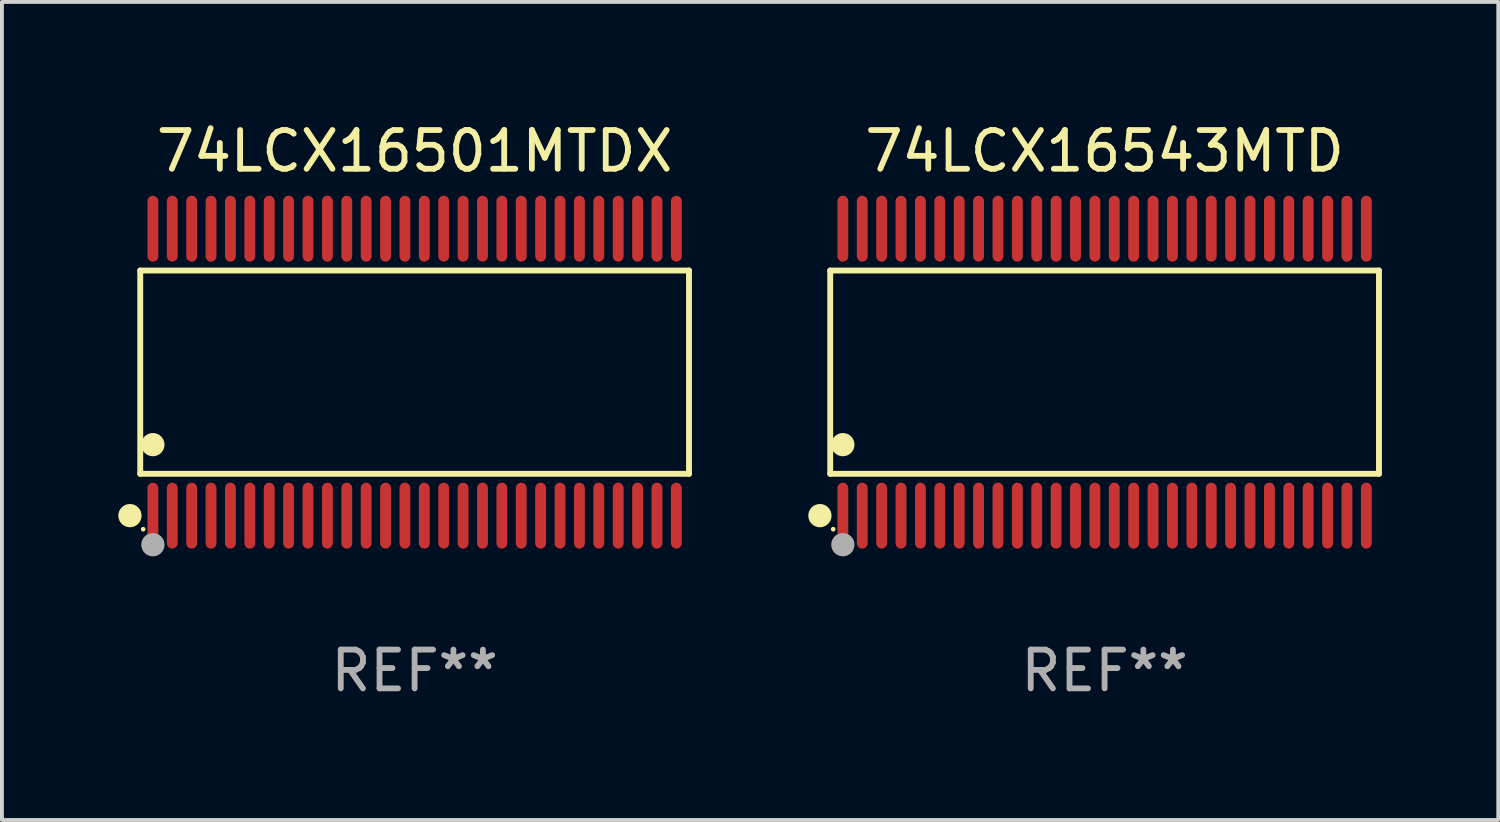
<source format=kicad_pcb>
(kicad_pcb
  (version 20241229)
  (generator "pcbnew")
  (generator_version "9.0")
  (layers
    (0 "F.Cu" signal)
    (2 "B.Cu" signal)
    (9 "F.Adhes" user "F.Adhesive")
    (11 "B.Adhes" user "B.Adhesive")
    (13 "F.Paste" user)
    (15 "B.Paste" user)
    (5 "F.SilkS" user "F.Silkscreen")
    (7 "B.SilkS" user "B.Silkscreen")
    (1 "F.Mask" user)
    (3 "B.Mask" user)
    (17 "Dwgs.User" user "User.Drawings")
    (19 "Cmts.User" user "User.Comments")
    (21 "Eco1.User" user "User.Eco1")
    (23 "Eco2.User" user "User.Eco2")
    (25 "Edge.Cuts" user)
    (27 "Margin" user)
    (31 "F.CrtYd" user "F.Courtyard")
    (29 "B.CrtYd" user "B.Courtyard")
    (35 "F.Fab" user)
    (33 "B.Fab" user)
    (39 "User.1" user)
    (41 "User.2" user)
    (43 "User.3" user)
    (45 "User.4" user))
  (footprint "74LCX16543MTD"
    (layer "F.Cu")
    (at 25.437 6.548)
    (property "Reference" "74LCX16543MTD" (at 0 -5.7 0) (layer "F.SilkS") (effects (font (size 1 1) (thickness 0.15))))
    (attr through_hole)
    (fp_line (start -7.076 -2.621) (end 7.076 -2.621) (stroke (width 0.152) (type solid)) (layer "F.SilkS"))
    (fp_line (start -7.076 2.621) (end -7.076 -2.621) (stroke (width 0.152) (type solid)) (layer "F.SilkS"))
    (fp_line (start 7.076 -2.621) (end 7.076 2.621) (stroke (width 0.152) (type solid)) (layer "F.SilkS"))
    (fp_line (start 7.076 2.621) (end -7.076 2.621) (stroke (width 0.152) (type solid)) (layer "F.SilkS"))
    (fp_circle (center -7.342 3.7) (end -7.192 3.7) (stroke (width 0.3) (type solid)) (fill no) (layer "F.SilkS"))
    (fp_circle (center -7 4.05) (end -6.97 4.05) (stroke (width 0.06) (type solid)) (fill no) (layer "F.SilkS"))
    (fp_circle (center -6.75 1.869) (end -6.6 1.869) (stroke (width 0.3) (type solid)) (fill no) (layer "F.SilkS"))
    (fp_circle (center -6.75 4.45) (end -6.6 4.45) (stroke (width 0.3) (type solid)) (fill no) (layer "F.Fab"))
    (fp_text user "REF**" (at 0 7.7 0) (layer "F.Fab") (effects (font (size 1 1) (thickness 0.15))))
    (pad "1" smd oval (at -6.75 3.7) (size 0.28 1.7) (layers "F.Cu" "F.Mask" "F.Paste"))
    (pad "2" smd oval (at -6.25 3.7) (size 0.28 1.7) (layers "F.Cu" "F.Mask" "F.Paste"))
    (pad "3" smd oval (at -5.75 3.7) (size 0.28 1.7) (layers "F.Cu" "F.Mask" "F.Paste"))
    (pad "4" smd oval (at -5.25 3.7) (size 0.28 1.7) (layers "F.Cu" "F.Mask" "F.Paste"))
    (pad "5" smd oval (at -4.75 3.7) (size 0.28 1.7) (layers "F.Cu" "F.Mask" "F.Paste"))
    (pad "6" smd oval (at -4.25 3.7) (size 0.28 1.7) (layers "F.Cu" "F.Mask" "F.Paste"))
    (pad "7" smd oval (at -3.75 3.7) (size 0.28 1.7) (layers "F.Cu" "F.Mask" "F.Paste"))
    (pad "8" smd oval (at -3.25 3.7) (size 0.28 1.7) (layers "F.Cu" "F.Mask" "F.Paste"))
    (pad "9" smd oval (at -2.75 3.7) (size 0.28 1.7) (layers "F.Cu" "F.Mask" "F.Paste"))
    (pad "10" smd oval (at -2.25 3.7) (size 0.28 1.7) (layers "F.Cu" "F.Mask" "F.Paste"))
    (pad "11" smd oval (at -1.75 3.7) (size 0.28 1.7) (layers "F.Cu" "F.Mask" "F.Paste"))
    (pad "12" smd oval (at -1.25 3.7) (size 0.28 1.7) (layers "F.Cu" "F.Mask" "F.Paste"))
    (pad "13" smd oval (at -0.75 3.7) (size 0.28 1.7) (layers "F.Cu" "F.Mask" "F.Paste"))
    (pad "14" smd oval (at -0.25 3.7) (size 0.28 1.7) (layers "F.Cu" "F.Mask" "F.Paste"))
    (pad "15" smd oval (at 0.25 3.7) (size 0.28 1.7) (layers "F.Cu" "F.Mask" "F.Paste"))
    (pad "16" smd oval (at 0.75 3.7) (size 0.28 1.7) (layers "F.Cu" "F.Mask" "F.Paste"))
    (pad "17" smd oval (at 1.25 3.7) (size 0.28 1.7) (layers "F.Cu" "F.Mask" "F.Paste"))
    (pad "18" smd oval (at 1.75 3.7) (size 0.28 1.7) (layers "F.Cu" "F.Mask" "F.Paste"))
    (pad "19" smd oval (at 2.25 3.7) (size 0.28 1.7) (layers "F.Cu" "F.Mask" "F.Paste"))
    (pad "20" smd oval (at 2.75 3.7) (size 0.28 1.7) (layers "F.Cu" "F.Mask" "F.Paste"))
    (pad "21" smd oval (at 3.25 3.7) (size 0.28 1.7) (layers "F.Cu" "F.Mask" "F.Paste"))
    (pad "22" smd oval (at 3.75 3.7) (size 0.28 1.7) (layers "F.Cu" "F.Mask" "F.Paste"))
    (pad "23" smd oval (at 4.25 3.7) (size 0.28 1.7) (layers "F.Cu" "F.Mask" "F.Paste"))
    (pad "24" smd oval (at 4.75 3.7) (size 0.28 1.7) (layers "F.Cu" "F.Mask" "F.Paste"))
    (pad "25" smd oval (at 5.25 3.7) (size 0.28 1.7) (layers "F.Cu" "F.Mask" "F.Paste"))
    (pad "26" smd oval (at 5.75 3.7) (size 0.28 1.7) (layers "F.Cu" "F.Mask" "F.Paste"))
    (pad "27" smd oval (at 6.25 3.7) (size 0.28 1.7) (layers "F.Cu" "F.Mask" "F.Paste"))
    (pad "28" smd oval (at 6.75 3.7) (size 0.28 1.7) (layers "F.Cu" "F.Mask" "F.Paste"))
    (pad "29" smd oval (at 6.75 -3.7) (size 0.28 1.7) (layers "F.Cu" "F.Mask" "F.Paste"))
    (pad "30" smd oval (at 6.25 -3.7) (size 0.28 1.7) (layers "F.Cu" "F.Mask" "F.Paste"))
    (pad "31" smd oval (at 5.75 -3.7) (size 0.28 1.7) (layers "F.Cu" "F.Mask" "F.Paste"))
    (pad "32" smd oval (at 5.25 -3.7) (size 0.28 1.7) (layers "F.Cu" "F.Mask" "F.Paste"))
    (pad "33" smd oval (at 4.75 -3.7) (size 0.28 1.7) (layers "F.Cu" "F.Mask" "F.Paste"))
    (pad "34" smd oval (at 4.25 -3.7) (size 0.28 1.7) (layers "F.Cu" "F.Mask" "F.Paste"))
    (pad "35" smd oval (at 3.75 -3.7) (size 0.28 1.7) (layers "F.Cu" "F.Mask" "F.Paste"))
    (pad "36" smd oval (at 3.25 -3.7) (size 0.28 1.7) (layers "F.Cu" "F.Mask" "F.Paste"))
    (pad "37" smd oval (at 2.75 -3.7) (size 0.28 1.7) (layers "F.Cu" "F.Mask" "F.Paste"))
    (pad "38" smd oval (at 2.25 -3.7) (size 0.28 1.7) (layers "F.Cu" "F.Mask" "F.Paste"))
    (pad "39" smd oval (at 1.75 -3.7) (size 0.28 1.7) (layers "F.Cu" "F.Mask" "F.Paste"))
    (pad "40" smd oval (at 1.25 -3.7) (size 0.28 1.7) (layers "F.Cu" "F.Mask" "F.Paste"))
    (pad "41" smd oval (at 0.75 -3.7) (size 0.28 1.7) (layers "F.Cu" "F.Mask" "F.Paste"))
    (pad "42" smd oval (at 0.25 -3.7) (size 0.28 1.7) (layers "F.Cu" "F.Mask" "F.Paste"))
    (pad "43" smd oval (at -0.25 -3.7) (size 0.28 1.7) (layers "F.Cu" "F.Mask" "F.Paste"))
    (pad "44" smd oval (at -0.75 -3.7) (size 0.28 1.7) (layers "F.Cu" "F.Mask" "F.Paste"))
    (pad "45" smd oval (at -1.25 -3.7) (size 0.28 1.7) (layers "F.Cu" "F.Mask" "F.Paste"))
    (pad "46" smd oval (at -1.75 -3.7) (size 0.28 1.7) (layers "F.Cu" "F.Mask" "F.Paste"))
    (pad "47" smd oval (at -2.25 -3.7) (size 0.28 1.7) (layers "F.Cu" "F.Mask" "F.Paste"))
    (pad "48" smd oval (at -2.75 -3.7) (size 0.28 1.7) (layers "F.Cu" "F.Mask" "F.Paste"))
    (pad "49" smd oval (at -3.25 -3.7) (size 0.28 1.7) (layers "F.Cu" "F.Mask" "F.Paste"))
    (pad "50" smd oval (at -3.75 -3.7) (size 0.28 1.7) (layers "F.Cu" "F.Mask" "F.Paste"))
    (pad "51" smd oval (at -4.25 -3.7) (size 0.28 1.7) (layers "F.Cu" "F.Mask" "F.Paste"))
    (pad "52" smd oval (at -4.75 -3.7) (size 0.28 1.7) (layers "F.Cu" "F.Mask" "F.Paste"))
    (pad "53" smd oval (at -5.25 -3.7) (size 0.28 1.7) (layers "F.Cu" "F.Mask" "F.Paste"))
    (pad "54" smd oval (at -5.75 -3.7) (size 0.28 1.7) (layers "F.Cu" "F.Mask" "F.Paste"))
    (pad "55" smd oval (at -6.25 -3.7) (size 0.28 1.7) (layers "F.Cu" "F.Mask" "F.Paste"))
    (pad "56" smd oval (at -6.75 -3.7) (size 0.28 1.7) (layers "F.Cu" "F.Mask" "F.Paste")))
  (footprint "74LCX16501MTDX"
    (layer "F.Cu")
    (at 7.643 6.548)
    (property "Reference" "74LCX16501MTDX" (at 0 -5.7 0) (layer "F.SilkS") (effects (font (size 1 1) (thickness 0.15))))
    (attr through_hole)
    (fp_line (start -7.076 -2.621) (end 7.076 -2.621) (stroke (width 0.152) (type solid)) (layer "F.SilkS"))
    (fp_line (start -7.076 2.621) (end -7.076 -2.621) (stroke (width 0.152) (type solid)) (layer "F.SilkS"))
    (fp_line (start 7.076 -2.621) (end 7.076 2.621) (stroke (width 0.152) (type solid)) (layer "F.SilkS"))
    (fp_line (start 7.076 2.621) (end -7.076 2.621) (stroke (width 0.152) (type solid)) (layer "F.SilkS"))
    (fp_circle (center -7.342 3.7) (end -7.192 3.7) (stroke (width 0.3) (type solid)) (fill no) (layer "F.SilkS"))
    (fp_circle (center -7 4.05) (end -6.97 4.05) (stroke (width 0.06) (type solid)) (fill no) (layer "F.SilkS"))
    (fp_circle (center -6.75 1.869) (end -6.6 1.869) (stroke (width 0.3) (type solid)) (fill no) (layer "F.SilkS"))
    (fp_circle (center -6.75 4.45) (end -6.6 4.45) (stroke (width 0.3) (type solid)) (fill no) (layer "F.Fab"))
    (fp_text user "REF**" (at 0 7.7 0) (layer "F.Fab") (effects (font (size 1 1) (thickness 0.15))))
    (pad "1" smd oval (at -6.75 3.7) (size 0.28 1.7) (layers "F.Cu" "F.Mask" "F.Paste"))
    (pad "2" smd oval (at -6.25 3.7) (size 0.28 1.7) (layers "F.Cu" "F.Mask" "F.Paste"))
    (pad "3" smd oval (at -5.75 3.7) (size 0.28 1.7) (layers "F.Cu" "F.Mask" "F.Paste"))
    (pad "4" smd oval (at -5.25 3.7) (size 0.28 1.7) (layers "F.Cu" "F.Mask" "F.Paste"))
    (pad "5" smd oval (at -4.75 3.7) (size 0.28 1.7) (layers "F.Cu" "F.Mask" "F.Paste"))
    (pad "6" smd oval (at -4.25 3.7) (size 0.28 1.7) (layers "F.Cu" "F.Mask" "F.Paste"))
    (pad "7" smd oval (at -3.75 3.7) (size 0.28 1.7) (layers "F.Cu" "F.Mask" "F.Paste"))
    (pad "8" smd oval (at -3.25 3.7) (size 0.28 1.7) (layers "F.Cu" "F.Mask" "F.Paste"))
    (pad "9" smd oval (at -2.75 3.7) (size 0.28 1.7) (layers "F.Cu" "F.Mask" "F.Paste"))
    (pad "10" smd oval (at -2.25 3.7) (size 0.28 1.7) (layers "F.Cu" "F.Mask" "F.Paste"))
    (pad "11" smd oval (at -1.75 3.7) (size 0.28 1.7) (layers "F.Cu" "F.Mask" "F.Paste"))
    (pad "12" smd oval (at -1.25 3.7) (size 0.28 1.7) (layers "F.Cu" "F.Mask" "F.Paste"))
    (pad "13" smd oval (at -0.75 3.7) (size 0.28 1.7) (layers "F.Cu" "F.Mask" "F.Paste"))
    (pad "14" smd oval (at -0.25 3.7) (size 0.28 1.7) (layers "F.Cu" "F.Mask" "F.Paste"))
    (pad "15" smd oval (at 0.25 3.7) (size 0.28 1.7) (layers "F.Cu" "F.Mask" "F.Paste"))
    (pad "16" smd oval (at 0.75 3.7) (size 0.28 1.7) (layers "F.Cu" "F.Mask" "F.Paste"))
    (pad "17" smd oval (at 1.25 3.7) (size 0.28 1.7) (layers "F.Cu" "F.Mask" "F.Paste"))
    (pad "18" smd oval (at 1.75 3.7) (size 0.28 1.7) (layers "F.Cu" "F.Mask" "F.Paste"))
    (pad "19" smd oval (at 2.25 3.7) (size 0.28 1.7) (layers "F.Cu" "F.Mask" "F.Paste"))
    (pad "20" smd oval (at 2.75 3.7) (size 0.28 1.7) (layers "F.Cu" "F.Mask" "F.Paste"))
    (pad "21" smd oval (at 3.25 3.7) (size 0.28 1.7) (layers "F.Cu" "F.Mask" "F.Paste"))
    (pad "22" smd oval (at 3.75 3.7) (size 0.28 1.7) (layers "F.Cu" "F.Mask" "F.Paste"))
    (pad "23" smd oval (at 4.25 3.7) (size 0.28 1.7) (layers "F.Cu" "F.Mask" "F.Paste"))
    (pad "24" smd oval (at 4.75 3.7) (size 0.28 1.7) (layers "F.Cu" "F.Mask" "F.Paste"))
    (pad "25" smd oval (at 5.25 3.7) (size 0.28 1.7) (layers "F.Cu" "F.Mask" "F.Paste"))
    (pad "26" smd oval (at 5.75 3.7) (size 0.28 1.7) (layers "F.Cu" "F.Mask" "F.Paste"))
    (pad "27" smd oval (at 6.25 3.7) (size 0.28 1.7) (layers "F.Cu" "F.Mask" "F.Paste"))
    (pad "28" smd oval (at 6.75 3.7) (size 0.28 1.7) (layers "F.Cu" "F.Mask" "F.Paste"))
    (pad "29" smd oval (at 6.75 -3.7) (size 0.28 1.7) (layers "F.Cu" "F.Mask" "F.Paste"))
    (pad "30" smd oval (at 6.25 -3.7) (size 0.28 1.7) (layers "F.Cu" "F.Mask" "F.Paste"))
    (pad "31" smd oval (at 5.75 -3.7) (size 0.28 1.7) (layers "F.Cu" "F.Mask" "F.Paste"))
    (pad "32" smd oval (at 5.25 -3.7) (size 0.28 1.7) (layers "F.Cu" "F.Mask" "F.Paste"))
    (pad "33" smd oval (at 4.75 -3.7) (size 0.28 1.7) (layers "F.Cu" "F.Mask" "F.Paste"))
    (pad "34" smd oval (at 4.25 -3.7) (size 0.28 1.7) (layers "F.Cu" "F.Mask" "F.Paste"))
    (pad "35" smd oval (at 3.75 -3.7) (size 0.28 1.7) (layers "F.Cu" "F.Mask" "F.Paste"))
    (pad "36" smd oval (at 3.25 -3.7) (size 0.28 1.7) (layers "F.Cu" "F.Mask" "F.Paste"))
    (pad "37" smd oval (at 2.75 -3.7) (size 0.28 1.7) (layers "F.Cu" "F.Mask" "F.Paste"))
    (pad "38" smd oval (at 2.25 -3.7) (size 0.28 1.7) (layers "F.Cu" "F.Mask" "F.Paste"))
    (pad "39" smd oval (at 1.75 -3.7) (size 0.28 1.7) (layers "F.Cu" "F.Mask" "F.Paste"))
    (pad "40" smd oval (at 1.25 -3.7) (size 0.28 1.7) (layers "F.Cu" "F.Mask" "F.Paste"))
    (pad "41" smd oval (at 0.75 -3.7) (size 0.28 1.7) (layers "F.Cu" "F.Mask" "F.Paste"))
    (pad "42" smd oval (at 0.25 -3.7) (size 0.28 1.7) (layers "F.Cu" "F.Mask" "F.Paste"))
    (pad "43" smd oval (at -0.25 -3.7) (size 0.28 1.7) (layers "F.Cu" "F.Mask" "F.Paste"))
    (pad "44" smd oval (at -0.75 -3.7) (size 0.28 1.7) (layers "F.Cu" "F.Mask" "F.Paste"))
    (pad "45" smd oval (at -1.25 -3.7) (size 0.28 1.7) (layers "F.Cu" "F.Mask" "F.Paste"))
    (pad "46" smd oval (at -1.75 -3.7) (size 0.28 1.7) (layers "F.Cu" "F.Mask" "F.Paste"))
    (pad "47" smd oval (at -2.25 -3.7) (size 0.28 1.7) (layers "F.Cu" "F.Mask" "F.Paste"))
    (pad "48" smd oval (at -2.75 -3.7) (size 0.28 1.7) (layers "F.Cu" "F.Mask" "F.Paste"))
    (pad "49" smd oval (at -3.25 -3.7) (size 0.28 1.7) (layers "F.Cu" "F.Mask" "F.Paste"))
    (pad "50" smd oval (at -3.75 -3.7) (size 0.28 1.7) (layers "F.Cu" "F.Mask" "F.Paste"))
    (pad "51" smd oval (at -4.25 -3.7) (size 0.28 1.7) (layers "F.Cu" "F.Mask" "F.Paste"))
    (pad "52" smd oval (at -4.75 -3.7) (size 0.28 1.7) (layers "F.Cu" "F.Mask" "F.Paste"))
    (pad "53" smd oval (at -5.25 -3.7) (size 0.28 1.7) (layers "F.Cu" "F.Mask" "F.Paste"))
    (pad "54" smd oval (at -5.75 -3.7) (size 0.28 1.7) (layers "F.Cu" "F.Mask" "F.Paste"))
    (pad "55" smd oval (at -6.25 -3.7) (size 0.28 1.7) (layers "F.Cu" "F.Mask" "F.Paste"))
    (pad "56" smd oval (at -6.75 -3.7) (size 0.28 1.7) (layers "F.Cu" "F.Mask" "F.Paste")))
  (gr_rect
    (start -3 -3)
    (end 35.59 18.097)
    (stroke (width 0.1) (type default))
    (fill no)
    (layer "Edge.Cuts")))
</source>
